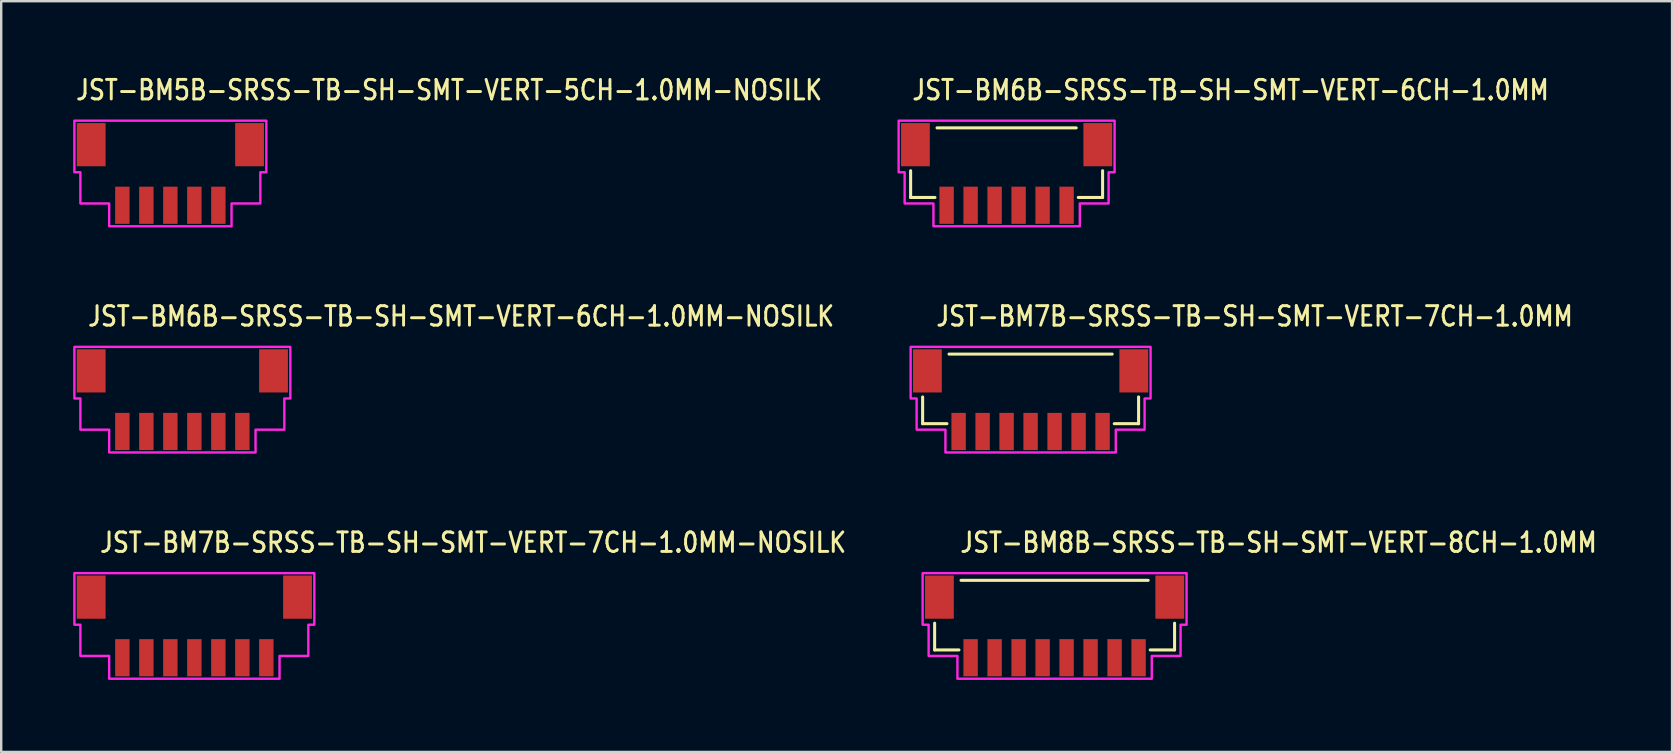
<source format=kicad_pcb>
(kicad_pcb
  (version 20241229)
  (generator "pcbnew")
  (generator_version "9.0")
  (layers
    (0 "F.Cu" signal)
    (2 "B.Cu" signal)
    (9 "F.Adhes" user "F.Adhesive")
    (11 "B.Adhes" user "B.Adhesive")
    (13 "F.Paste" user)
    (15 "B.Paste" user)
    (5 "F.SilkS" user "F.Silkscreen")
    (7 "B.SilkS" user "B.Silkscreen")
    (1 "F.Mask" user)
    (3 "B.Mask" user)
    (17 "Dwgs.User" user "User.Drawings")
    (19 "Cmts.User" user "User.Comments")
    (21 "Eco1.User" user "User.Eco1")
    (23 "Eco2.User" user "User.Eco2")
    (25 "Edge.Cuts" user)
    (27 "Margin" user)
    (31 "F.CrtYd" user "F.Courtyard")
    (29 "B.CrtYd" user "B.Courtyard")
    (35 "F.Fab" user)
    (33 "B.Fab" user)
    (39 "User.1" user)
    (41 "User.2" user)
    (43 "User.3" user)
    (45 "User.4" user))
  (footprint "JST-BM6B-SRSS-TB-SH-SMT-VERT-6CH-1.0MM-NOSILK"
    (layer "F.Cu")
    (at 4.55 13.607)
    (property "Reference" "JST-BM6B-SRSS-TB-SH-SMT-VERT-6CH-1.0MM-NOSILK" (at -4 -3 0) (unlocked yes) (layer "F.SilkS") (effects (font (size 0.813 0.695) (thickness 0.122)) (justify left bottom)))
    (fp_poly (pts (xy -4.5 -2.2) (xy -4.5 -0.05) (xy -4.25 -0.05) (xy -4.25 1.25) (xy -3.05 1.25) (xy -3.05 2.2) (xy 3.05 2.2) (xy 3.05 1.25) (xy 4.25 1.25) (xy 4.25 -0.05) (xy 4.5 -0.05) (xy 4.5 -2.2)) (stroke (width 0.1) (type solid)) (fill no) (layer "F.CrtYd"))
    (pad "1" smd rect (at -2.5 1.325) (size 0.6 1.55) (layers "F.Cu" "F.Mask" "F.Paste"))
    (pad "2" smd rect (at -1.5 1.325) (size 0.6 1.55) (layers "F.Cu" "F.Mask" "F.Paste"))
    (pad "3" smd rect (at -0.5 1.325) (size 0.6 1.55) (layers "F.Cu" "F.Mask" "F.Paste"))
    (pad "4" smd rect (at 0.5 1.325) (size 0.6 1.55) (layers "F.Cu" "F.Mask" "F.Paste"))
    (pad "5" smd rect (at 1.5 1.325) (size 0.6 1.55) (layers "F.Cu" "F.Mask" "F.Paste"))
    (pad "6" smd rect (at 2.5 1.325) (size 0.6 1.55) (layers "F.Cu" "F.Mask" "F.Paste"))
    (pad "S_6" smd rect (at 3.8 -1.2) (size 1.2 1.8) (layers "F.Cu" "F.Mask" "F.Paste"))
    (pad "S_7" smd rect (at -3.8 -1.2) (size 1.2 1.8) (layers "F.Cu" "F.Mask" "F.Paste")))
  (footprint "JST-BM8B-SRSS-TB-SH-SMT-VERT-8CH-1.0MM"
    (layer "F.Cu")
    (at 40.901 23.036)
    (property "Reference" "JST-BM8B-SRSS-TB-SH-SMT-VERT-8CH-1.0MM" (at -4 -3 0) (unlocked yes) (layer "F.SilkS") (effects (font (size 0.813 0.695) (thickness 0.122)) (justify left bottom)))
    (fp_line (start -5 -0.114) (end -5 1) (stroke (width 0.127) (type solid)) (layer "F.SilkS"))
    (fp_line (start -5 1) (end -3.986 1) (stroke (width 0.127) (type solid)) (layer "F.SilkS"))
    (fp_line (start -3.9 -1.9) (end 3.9 -1.9) (stroke (width 0.127) (type solid)) (layer "F.SilkS"))
    (fp_line (start 3.986 1) (end 5 1) (stroke (width 0.127) (type solid)) (layer "F.SilkS"))
    (fp_line (start 5 1) (end 5 -0.114) (stroke (width 0.127) (type solid)) (layer "F.SilkS"))
    (fp_poly (pts (xy -5.5 -2.2) (xy -5.5 -0.05) (xy -5.25 -0.05) (xy -5.25 1.25) (xy -4.05 1.25) (xy -4.05 2.2) (xy 4.05 2.2) (xy 4.05 1.25) (xy 5.25 1.25) (xy 5.25 -0.05) (xy 5.5 -0.05) (xy 5.5 -2.2)) (stroke (width 0.1) (type solid)) (fill no) (layer "F.CrtYd"))
    (pad "1" smd rect (at -3.5 1.325) (size 0.6 1.55) (layers "F.Cu" "F.Mask" "F.Paste"))
    (pad "2" smd rect (at -2.5 1.325) (size 0.6 1.55) (layers "F.Cu" "F.Mask" "F.Paste"))
    (pad "3" smd rect (at -1.5 1.325) (size 0.6 1.55) (layers "F.Cu" "F.Mask" "F.Paste"))
    (pad "4" smd rect (at -0.5 1.325) (size 0.6 1.55) (layers "F.Cu" "F.Mask" "F.Paste"))
    (pad "5" smd rect (at 0.5 1.325) (size 0.6 1.55) (layers "F.Cu" "F.Mask" "F.Paste"))
    (pad "6" smd rect (at 1.5 1.325) (size 0.6 1.55) (layers "F.Cu" "F.Mask" "F.Paste"))
    (pad "7" smd rect (at 2.5 1.325) (size 0.6 1.55) (layers "F.Cu" "F.Mask" "F.Paste"))
    (pad "8" smd rect (at 3.5 1.325) (size 0.6 1.55) (layers "F.Cu" "F.Mask" "F.Paste"))
    (pad "S_8" smd rect (at 4.8 -1.2) (size 1.2 1.8) (layers "F.Cu" "F.Mask" "F.Paste"))
    (pad "S_9" smd rect (at -4.8 -1.2) (size 1.2 1.8) (layers "F.Cu" "F.Mask" "F.Paste")))
  (footprint "JST-BM7B-SRSS-TB-SH-SMT-VERT-7CH-1.0MM-NOSILK"
    (layer "F.Cu")
    (at 5.05 23.036)
    (property "Reference" "JST-BM7B-SRSS-TB-SH-SMT-VERT-7CH-1.0MM-NOSILK" (at -4 -3 0) (unlocked yes) (layer "F.SilkS") (effects (font (size 0.813 0.695) (thickness 0.122)) (justify left bottom)))
    (fp_poly (pts (xy -5 -2.2) (xy -5 -0.05) (xy -4.75 -0.05) (xy -4.75 1.25) (xy -3.55 1.25) (xy -3.55 2.2) (xy 3.55 2.2) (xy 3.55 1.25) (xy 4.75 1.25) (xy 4.75 -0.05) (xy 5 -0.05) (xy 5 -2.2)) (stroke (width 0.1) (type solid)) (fill no) (layer "F.CrtYd"))
    (pad "P$1" smd rect (at -3 1.325) (size 0.6 1.55) (layers "F.Cu" "F.Mask" "F.Paste"))
    (pad "P$2" smd rect (at -2 1.325) (size 0.6 1.55) (layers "F.Cu" "F.Mask" "F.Paste"))
    (pad "P$3" smd rect (at -1 1.325) (size 0.6 1.55) (layers "F.Cu" "F.Mask" "F.Paste"))
    (pad "P$4" smd rect (at 0 1.325) (size 0.6 1.55) (layers "F.Cu" "F.Mask" "F.Paste"))
    (pad "P$5" smd rect (at 1 1.325) (size 0.6 1.55) (layers "F.Cu" "F.Mask" "F.Paste"))
    (pad "P$6" smd rect (at 2 1.325) (size 0.6 1.55) (layers "F.Cu" "F.Mask" "F.Paste"))
    (pad "P$7" smd rect (at 3 1.325) (size 0.6 1.55) (layers "F.Cu" "F.Mask" "F.Paste"))
    (pad "S$7" smd rect (at 4.3 -1.2) (size 1.2 1.8) (layers "F.Cu" "F.Mask" "F.Paste"))
    (pad "S$8" smd rect (at -4.3 -1.2) (size 1.2 1.8) (layers "F.Cu" "F.Mask" "F.Paste")))
  (footprint "JST-BM6B-SRSS-TB-SH-SMT-VERT-6CH-1.0MM"
    (layer "F.Cu")
    (at 38.901 4.179)
    (property "Reference" "JST-BM6B-SRSS-TB-SH-SMT-VERT-6CH-1.0MM" (at -4 -3 0) (unlocked yes) (layer "F.SilkS") (effects (font (size 0.813 0.695) (thickness 0.122)) (justify left bottom)))
    (fp_line (start -4 -0.114) (end -4 1) (stroke (width 0.127) (type solid)) (layer "F.SilkS"))
    (fp_line (start -4 1) (end -2.986 1) (stroke (width 0.127) (type solid)) (layer "F.SilkS"))
    (fp_line (start -2.9 -1.9) (end 2.9 -1.9) (stroke (width 0.127) (type solid)) (layer "F.SilkS"))
    (fp_line (start 2.986 1) (end 4 1) (stroke (width 0.127) (type solid)) (layer "F.SilkS"))
    (fp_line (start 4 1) (end 4 -0.114) (stroke (width 0.127) (type solid)) (layer "F.SilkS"))
    (fp_poly (pts (xy -4.5 -2.2) (xy -4.5 -0.05) (xy -4.25 -0.05) (xy -4.25 1.25) (xy -3.05 1.25) (xy -3.05 2.2) (xy 3.05 2.2) (xy 3.05 1.25) (xy 4.25 1.25) (xy 4.25 -0.05) (xy 4.5 -0.05) (xy 4.5 -2.2)) (stroke (width 0.1) (type solid)) (fill no) (layer "F.CrtYd"))
    (pad "1" smd rect (at -2.5 1.325) (size 0.6 1.55) (layers "F.Cu" "F.Mask" "F.Paste"))
    (pad "2" smd rect (at -1.5 1.325) (size 0.6 1.55) (layers "F.Cu" "F.Mask" "F.Paste"))
    (pad "3" smd rect (at -0.5 1.325) (size 0.6 1.55) (layers "F.Cu" "F.Mask" "F.Paste"))
    (pad "4" smd rect (at 0.5 1.325) (size 0.6 1.55) (layers "F.Cu" "F.Mask" "F.Paste"))
    (pad "5" smd rect (at 1.5 1.325) (size 0.6 1.55) (layers "F.Cu" "F.Mask" "F.Paste"))
    (pad "6" smd rect (at 2.5 1.325) (size 0.6 1.55) (layers "F.Cu" "F.Mask" "F.Paste"))
    (pad "S_6" smd rect (at 3.8 -1.2) (size 1.2 1.8) (layers "F.Cu" "F.Mask" "F.Paste"))
    (pad "S_7" smd rect (at -3.8 -1.2) (size 1.2 1.8) (layers "F.Cu" "F.Mask" "F.Paste")))
  (footprint "JST-BM7B-SRSS-TB-SH-SMT-VERT-7CH-1.0MM"
    (layer "F.Cu")
    (at 39.901 13.607)
    (property "Reference" "JST-BM7B-SRSS-TB-SH-SMT-VERT-7CH-1.0MM" (at -4 -3 0) (unlocked yes) (layer "F.SilkS") (effects (font (size 0.813 0.695) (thickness 0.122)) (justify left bottom)))
    (fp_line (start -4.5 -0.114) (end -4.5 1) (stroke (width 0.127) (type solid)) (layer "F.SilkS"))
    (fp_line (start -4.5 1) (end -3.486 1) (stroke (width 0.127) (type solid)) (layer "F.SilkS"))
    (fp_line (start -3.4 -1.9) (end 3.4 -1.9) (stroke (width 0.127) (type solid)) (layer "F.SilkS"))
    (fp_line (start 3.486 1) (end 4.5 1) (stroke (width 0.127) (type solid)) (layer "F.SilkS"))
    (fp_line (start 4.5 1) (end 4.5 -0.114) (stroke (width 0.127) (type solid)) (layer "F.SilkS"))
    (fp_poly (pts (xy -5 -2.2) (xy -5 -0.05) (xy -4.75 -0.05) (xy -4.75 1.25) (xy -3.55 1.25) (xy -3.55 2.2) (xy 3.55 2.2) (xy 3.55 1.25) (xy 4.75 1.25) (xy 4.75 -0.05) (xy 5 -0.05) (xy 5 -2.2)) (stroke (width 0.1) (type solid)) (fill no) (layer "F.CrtYd"))
    (pad "1" smd rect (at -3 1.325) (size 0.6 1.55) (layers "F.Cu" "F.Mask" "F.Paste"))
    (pad "2" smd rect (at -2 1.325) (size 0.6 1.55) (layers "F.Cu" "F.Mask" "F.Paste"))
    (pad "3" smd rect (at -1 1.325) (size 0.6 1.55) (layers "F.Cu" "F.Mask" "F.Paste"))
    (pad "4" smd rect (at 0 1.325) (size 0.6 1.55) (layers "F.Cu" "F.Mask" "F.Paste"))
    (pad "5" smd rect (at 1 1.325) (size 0.6 1.55) (layers "F.Cu" "F.Mask" "F.Paste"))
    (pad "6" smd rect (at 2 1.325) (size 0.6 1.55) (layers "F.Cu" "F.Mask" "F.Paste"))
    (pad "7" smd rect (at 3 1.325) (size 0.6 1.55) (layers "F.Cu" "F.Mask" "F.Paste"))
    (pad "S_7" smd rect (at 4.3 -1.2) (size 1.2 1.8) (layers "F.Cu" "F.Mask" "F.Paste"))
    (pad "S_8" smd rect (at -4.3 -1.2) (size 1.2 1.8) (layers "F.Cu" "F.Mask" "F.Paste")))
  (footprint "JST-BM5B-SRSS-TB-SH-SMT-VERT-5CH-1.0MM-NOSILK"
    (layer "F.Cu")
    (at 4.05 4.179)
    (property "Reference" "JST-BM5B-SRSS-TB-SH-SMT-VERT-5CH-1.0MM-NOSILK" (at -4 -3 0) (unlocked yes) (layer "F.SilkS") (effects (font (size 0.813 0.695) (thickness 0.122)) (justify left bottom)))
    (fp_poly (pts (xy -4 -2.2) (xy -4 -0.05) (xy -3.75 -0.05) (xy -3.75 1.25) (xy -2.55 1.25) (xy -2.55 2.2) (xy 2.55 2.2) (xy 2.55 1.25) (xy 3.75 1.25) (xy 3.75 -0.05) (xy 4 -0.05) (xy 4 -2.2)) (stroke (width 0.1) (type solid)) (fill no) (layer "F.CrtYd"))
    (pad "1" smd rect (at -2 1.325) (size 0.6 1.55) (layers "F.Cu" "F.Mask" "F.Paste"))
    (pad "2" smd rect (at -1 1.325) (size 0.6 1.55) (layers "F.Cu" "F.Mask" "F.Paste"))
    (pad "3" smd rect (at 0 1.325) (size 0.6 1.55) (layers "F.Cu" "F.Mask" "F.Paste"))
    (pad "4" smd rect (at 1 1.325) (size 0.6 1.55) (layers "F.Cu" "F.Mask" "F.Paste"))
    (pad "5" smd rect (at 2 1.325) (size 0.6 1.55) (layers "F.Cu" "F.Mask" "F.Paste"))
    (pad "S_5" smd rect (at 3.3 -1.2) (size 1.2 1.8) (layers "F.Cu" "F.Mask" "F.Paste"))
    (pad "S_6" smd rect (at -3.3 -1.2) (size 1.2 1.8) (layers "F.Cu" "F.Mask" "F.Paste")))
  (gr_rect
    (start -3 -3)
    (end 66.635 28.286)
    (stroke (width 0.1) (type default))
    (fill no)
    (layer "Edge.Cuts")))
</source>
